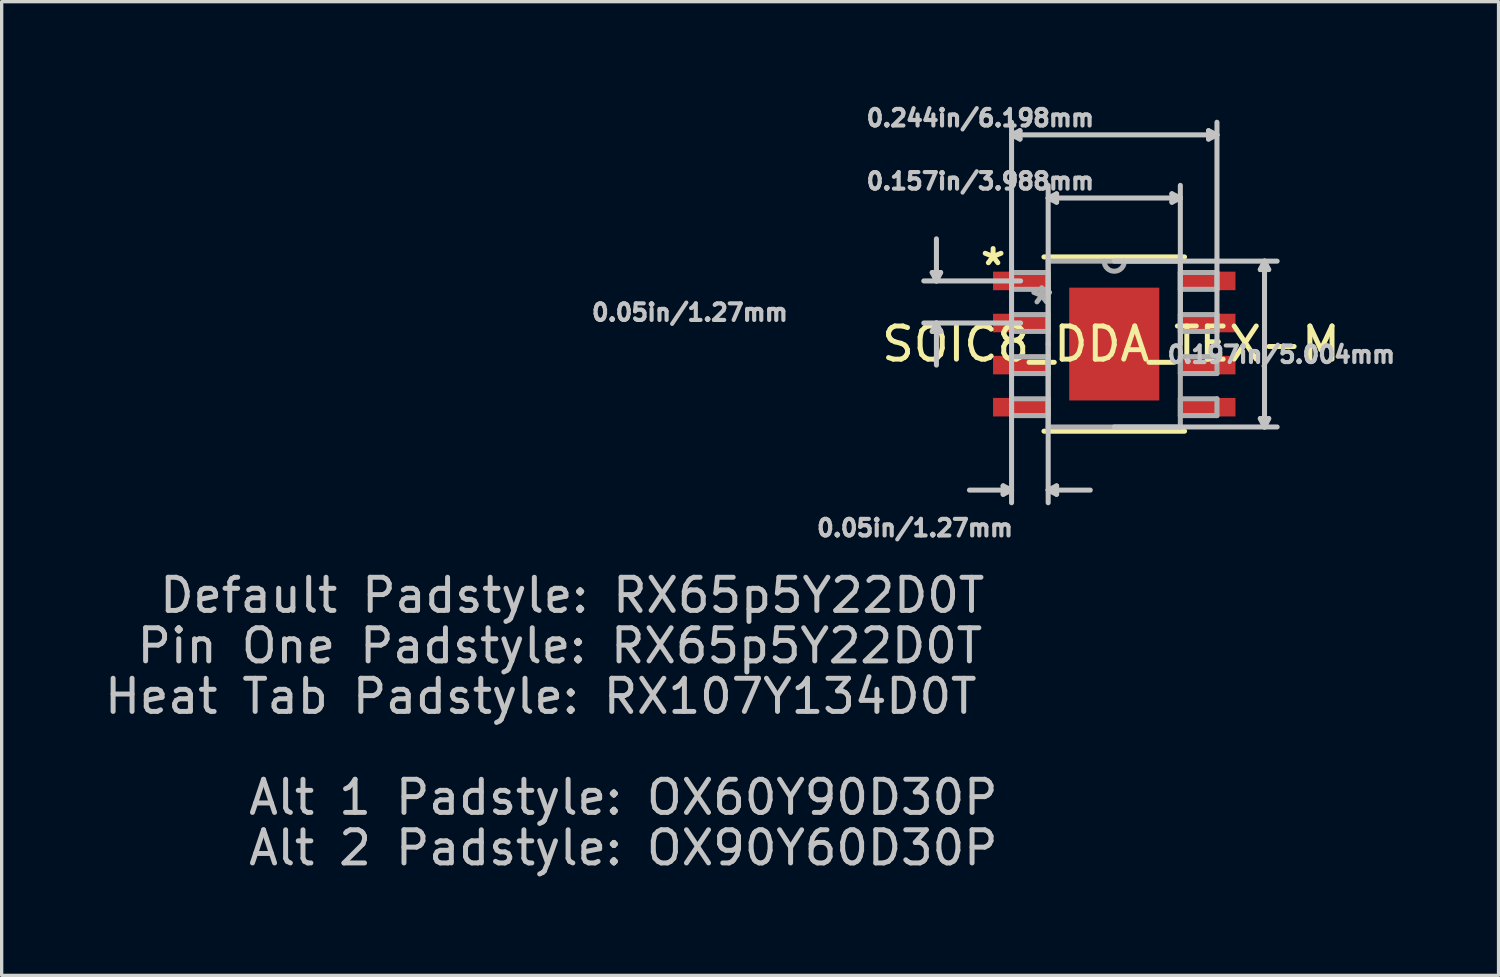
<source format=kicad_pcb>
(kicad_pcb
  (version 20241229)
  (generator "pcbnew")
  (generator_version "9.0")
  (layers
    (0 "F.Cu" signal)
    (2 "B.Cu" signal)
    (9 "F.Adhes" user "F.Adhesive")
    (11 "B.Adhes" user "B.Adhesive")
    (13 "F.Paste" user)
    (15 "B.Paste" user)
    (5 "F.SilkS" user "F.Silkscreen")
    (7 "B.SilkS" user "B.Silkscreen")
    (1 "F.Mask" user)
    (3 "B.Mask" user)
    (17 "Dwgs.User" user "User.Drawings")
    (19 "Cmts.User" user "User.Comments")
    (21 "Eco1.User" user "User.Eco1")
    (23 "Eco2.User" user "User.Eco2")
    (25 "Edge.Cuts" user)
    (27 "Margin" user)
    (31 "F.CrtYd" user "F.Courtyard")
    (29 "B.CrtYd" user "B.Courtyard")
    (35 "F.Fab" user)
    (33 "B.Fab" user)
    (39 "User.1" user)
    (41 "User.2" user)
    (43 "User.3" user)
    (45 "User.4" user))
  (footprint "SOIC8_DDA_TEX-M"
    (layer "F.Cu")
    (at 30.573 7.332)
    (property "Reference" "SOIC8_DDA_TEX-M" (at -0.096 0 0) (layer "F.SilkS") (effects (font (size 1 1) (thickness 0.15))))
    (attr smd)
    (fp_line (start -2.121 2.629) (end 2.121 2.629) (stroke (width 0.152) (type solid)) (layer "F.SilkS"))
    (fp_line (start 2.121 -2.629) (end -2.121 -2.629) (stroke (width 0.152) (type solid)) (layer "F.SilkS"))
    (fp_poly (pts (xy -1.259 -1.602) (xy -1.259 -0.1) (xy -0.1 -0.1) (xy -0.1 -1.602)) (stroke (width 0.025) (type solid)) (fill yes) (layer "F.Paste"))
    (fp_poly (pts (xy -1.259 0.1) (xy -1.259 1.602) (xy -0.1 1.602) (xy -0.1 0.1)) (stroke (width 0.025) (type solid)) (fill yes) (layer "F.Paste"))
    (fp_poly (pts (xy 0.1 -1.602) (xy 0.1 -0.1) (xy 1.259 -0.1) (xy 1.259 -1.602)) (stroke (width 0.025) (type solid)) (fill yes) (layer "F.Paste"))
    (fp_poly (pts (xy 0.1 0.1) (xy 0.1 1.602) (xy 1.259 1.602) (xy 1.259 0.1)) (stroke (width 0.025) (type solid)) (fill yes) (layer "F.Paste"))
    (fp_line (start -5.493 -2.159) (end -5.239 -2.159) (stroke (width 0.152) (type solid)) (layer "Dwgs.User"))
    (fp_line (start -5.493 -0.381) (end -5.239 -0.381) (stroke (width 0.152) (type solid)) (layer "Dwgs.User"))
    (fp_line (start -5.366 -1.905) (end -5.493 -2.159) (stroke (width 0.152) (type solid)) (layer "Dwgs.User"))
    (fp_line (start -5.366 -1.905) (end -5.366 -3.175) (stroke (width 0.152) (type solid)) (layer "Dwgs.User"))
    (fp_line (start -5.366 -1.905) (end -5.239 -2.159) (stroke (width 0.152) (type solid)) (layer "Dwgs.User"))
    (fp_line (start -5.366 -0.635) (end -5.493 -0.381) (stroke (width 0.152) (type solid)) (layer "Dwgs.User"))
    (fp_line (start -5.366 -0.635) (end -5.366 0.635) (stroke (width 0.152) (type solid)) (layer "Dwgs.User"))
    (fp_line (start -5.366 -0.635) (end -5.239 -0.381) (stroke (width 0.152) (type solid)) (layer "Dwgs.User"))
    (fp_line (start -3.353 4.28) (end -3.353 4.534) (stroke (width 0.152) (type solid)) (layer "Dwgs.User"))
    (fp_line (start -3.099 -6.312) (end -2.845 -6.439) (stroke (width 0.152) (type solid)) (layer "Dwgs.User"))
    (fp_line (start -3.099 -6.312) (end -2.845 -6.185) (stroke (width 0.152) (type solid)) (layer "Dwgs.User"))
    (fp_line (start -3.099 -6.312) (end 3.099 -6.312) (stroke (width 0.152) (type solid)) (layer "Dwgs.User"))
    (fp_line (start -3.099 0) (end -3.099 -6.693) (stroke (width 0.152) (type solid)) (layer "Dwgs.User"))
    (fp_line (start -3.099 0) (end -3.099 4.788) (stroke (width 0.152) (type solid)) (layer "Dwgs.User"))
    (fp_line (start -3.099 4.407) (end -4.369 4.407) (stroke (width 0.152) (type solid)) (layer "Dwgs.User"))
    (fp_line (start -3.099 4.407) (end -3.353 4.28) (stroke (width 0.152) (type solid)) (layer "Dwgs.User"))
    (fp_line (start -3.099 4.407) (end -3.353 4.534) (stroke (width 0.152) (type solid)) (layer "Dwgs.User"))
    (fp_line (start -2.845 -6.439) (end -2.845 -6.185) (stroke (width 0.152) (type solid)) (layer "Dwgs.User"))
    (fp_line (start -2.826 -1.905) (end -5.747 -1.905) (stroke (width 0.152) (type solid)) (layer "Dwgs.User"))
    (fp_line (start -2.826 -0.635) (end -5.747 -0.635) (stroke (width 0.152) (type solid)) (layer "Dwgs.User"))
    (fp_line (start -1.994 -4.407) (end -1.74 -4.534) (stroke (width 0.152) (type solid)) (layer "Dwgs.User"))
    (fp_line (start -1.994 -4.407) (end -1.74 -4.28) (stroke (width 0.152) (type solid)) (layer "Dwgs.User"))
    (fp_line (start -1.994 -4.407) (end 1.994 -4.407) (stroke (width 0.152) (type solid)) (layer "Dwgs.User"))
    (fp_line (start -1.994 0) (end -1.994 -4.788) (stroke (width 0.152) (type solid)) (layer "Dwgs.User"))
    (fp_line (start -1.994 0) (end -1.994 4.788) (stroke (width 0.152) (type solid)) (layer "Dwgs.User"))
    (fp_line (start -1.994 4.407) (end -1.74 4.28) (stroke (width 0.152) (type solid)) (layer "Dwgs.User"))
    (fp_line (start -1.994 4.407) (end -1.74 4.534) (stroke (width 0.152) (type solid)) (layer "Dwgs.User"))
    (fp_line (start -1.994 4.407) (end -0.724 4.407) (stroke (width 0.152) (type solid)) (layer "Dwgs.User"))
    (fp_line (start -1.74 -4.534) (end -1.74 -4.28) (stroke (width 0.152) (type solid)) (layer "Dwgs.User"))
    (fp_line (start -1.74 4.28) (end -1.74 4.534) (stroke (width 0.152) (type solid)) (layer "Dwgs.User"))
    (fp_line (start 0 -2.502) (end 4.915 -2.502) (stroke (width 0.152) (type solid)) (layer "Dwgs.User"))
    (fp_line (start 0 2.502) (end 4.915 2.502) (stroke (width 0.152) (type solid)) (layer "Dwgs.User"))
    (fp_line (start 1.74 -4.534) (end 1.74 -4.28) (stroke (width 0.152) (type solid)) (layer "Dwgs.User"))
    (fp_line (start 1.994 -4.407) (end 1.74 -4.534) (stroke (width 0.152) (type solid)) (layer "Dwgs.User"))
    (fp_line (start 1.994 -4.407) (end 1.74 -4.28) (stroke (width 0.152) (type solid)) (layer "Dwgs.User"))
    (fp_line (start 1.994 0) (end 1.994 -4.788) (stroke (width 0.152) (type solid)) (layer "Dwgs.User"))
    (fp_line (start 2.845 -6.439) (end 2.845 -6.185) (stroke (width 0.152) (type solid)) (layer "Dwgs.User"))
    (fp_line (start 3.099 -6.312) (end 2.845 -6.439) (stroke (width 0.152) (type solid)) (layer "Dwgs.User"))
    (fp_line (start 3.099 -6.312) (end 2.845 -6.185) (stroke (width 0.152) (type solid)) (layer "Dwgs.User"))
    (fp_line (start 3.099 0) (end 3.099 -6.693) (stroke (width 0.152) (type solid)) (layer "Dwgs.User"))
    (fp_line (start 4.407 -2.248) (end 4.661 -2.248) (stroke (width 0.152) (type solid)) (layer "Dwgs.User"))
    (fp_line (start 4.407 2.248) (end 4.661 2.248) (stroke (width 0.152) (type solid)) (layer "Dwgs.User"))
    (fp_line (start 4.534 -2.502) (end 4.407 -2.248) (stroke (width 0.152) (type solid)) (layer "Dwgs.User"))
    (fp_line (start 4.534 -2.502) (end 4.534 2.502) (stroke (width 0.152) (type solid)) (layer "Dwgs.User"))
    (fp_line (start 4.534 -2.502) (end 4.661 -2.248) (stroke (width 0.152) (type solid)) (layer "Dwgs.User"))
    (fp_line (start 4.534 2.502) (end 4.407 2.248) (stroke (width 0.152) (type solid)) (layer "Dwgs.User"))
    (fp_line (start 4.534 2.502) (end 4.661 2.248) (stroke (width 0.152) (type solid)) (layer "Dwgs.User"))
    (fp_line (start -3.099 -2.159) (end -3.099 -1.651) (stroke (width 0.152) (type solid)) (layer "F.Fab"))
    (fp_line (start -3.099 -1.651) (end -1.994 -1.651) (stroke (width 0.152) (type solid)) (layer "F.Fab"))
    (fp_line (start -3.099 -0.889) (end -3.099 -0.381) (stroke (width 0.152) (type solid)) (layer "F.Fab"))
    (fp_line (start -3.099 -0.381) (end -1.994 -0.381) (stroke (width 0.152) (type solid)) (layer "F.Fab"))
    (fp_line (start -3.099 0.381) (end -3.099 0.889) (stroke (width 0.152) (type solid)) (layer "F.Fab"))
    (fp_line (start -3.099 0.889) (end -1.994 0.889) (stroke (width 0.152) (type solid)) (layer "F.Fab"))
    (fp_line (start -3.099 1.651) (end -3.099 2.159) (stroke (width 0.152) (type solid)) (layer "F.Fab"))
    (fp_line (start -3.099 2.159) (end -1.994 2.159) (stroke (width 0.152) (type solid)) (layer "F.Fab"))
    (fp_line (start -1.994 -2.502) (end -1.994 2.502) (stroke (width 0.152) (type solid)) (layer "F.Fab"))
    (fp_line (start -1.994 -2.159) (end -3.099 -2.159) (stroke (width 0.152) (type solid)) (layer "F.Fab"))
    (fp_line (start -1.994 -1.651) (end -1.994 -2.159) (stroke (width 0.152) (type solid)) (layer "F.Fab"))
    (fp_line (start -1.994 -0.889) (end -3.099 -0.889) (stroke (width 0.152) (type solid)) (layer "F.Fab"))
    (fp_line (start -1.994 -0.381) (end -1.994 -0.889) (stroke (width 0.152) (type solid)) (layer "F.Fab"))
    (fp_line (start -1.994 0.381) (end -3.099 0.381) (stroke (width 0.152) (type solid)) (layer "F.Fab"))
    (fp_line (start -1.994 0.889) (end -1.994 0.381) (stroke (width 0.152) (type solid)) (layer "F.Fab"))
    (fp_line (start -1.994 1.651) (end -3.099 1.651) (stroke (width 0.152) (type solid)) (layer "F.Fab"))
    (fp_line (start -1.994 2.159) (end -1.994 1.651) (stroke (width 0.152) (type solid)) (layer "F.Fab"))
    (fp_line (start -1.994 2.502) (end 1.994 2.502) (stroke (width 0.152) (type solid)) (layer "F.Fab"))
    (fp_line (start 1.994 -2.502) (end -1.994 -2.502) (stroke (width 0.152) (type solid)) (layer "F.Fab"))
    (fp_line (start 1.994 -2.159) (end 1.994 -1.651) (stroke (width 0.152) (type solid)) (layer "F.Fab"))
    (fp_line (start 1.994 -1.651) (end 3.099 -1.651) (stroke (width 0.152) (type solid)) (layer "F.Fab"))
    (fp_line (start 1.994 -0.889) (end 1.994 -0.381) (stroke (width 0.152) (type solid)) (layer "F.Fab"))
    (fp_line (start 1.994 -0.381) (end 3.099 -0.381) (stroke (width 0.152) (type solid)) (layer "F.Fab"))
    (fp_line (start 1.994 0.381) (end 1.994 0.889) (stroke (width 0.152) (type solid)) (layer "F.Fab"))
    (fp_line (start 1.994 0.889) (end 3.099 0.889) (stroke (width 0.152) (type solid)) (layer "F.Fab"))
    (fp_line (start 1.994 1.651) (end 1.994 2.159) (stroke (width 0.152) (type solid)) (layer "F.Fab"))
    (fp_line (start 1.994 2.159) (end 3.099 2.159) (stroke (width 0.152) (type solid)) (layer "F.Fab"))
    (fp_line (start 1.994 2.502) (end 1.994 -2.502) (stroke (width 0.152) (type solid)) (layer "F.Fab"))
    (fp_line (start 3.099 -2.159) (end 1.994 -2.159) (stroke (width 0.152) (type solid)) (layer "F.Fab"))
    (fp_line (start 3.099 -1.651) (end 3.099 -2.159) (stroke (width 0.152) (type solid)) (layer "F.Fab"))
    (fp_line (start 3.099 -0.889) (end 1.994 -0.889) (stroke (width 0.152) (type solid)) (layer "F.Fab"))
    (fp_line (start 3.099 -0.381) (end 3.099 -0.889) (stroke (width 0.152) (type solid)) (layer "F.Fab"))
    (fp_line (start 3.099 0.381) (end 1.994 0.381) (stroke (width 0.152) (type solid)) (layer "F.Fab"))
    (fp_line (start 3.099 0.889) (end 3.099 0.381) (stroke (width 0.152) (type solid)) (layer "F.Fab"))
    (fp_line (start 3.099 1.651) (end 1.994 1.651) (stroke (width 0.152) (type solid)) (layer "F.Fab"))
    (fp_line (start 3.099 2.159) (end 3.099 1.651) (stroke (width 0.152) (type solid)) (layer "F.Fab"))
    (fp_arc (start 0.3048 -2.5019) (mid 0 -2.1971) (end -0.3048 -2.5019) (stroke (width 0.1524) (type solid)) (layer "F.Fab"))
    (fp_text user "*" (at -3.656 -2.337 0) (layer "F.SilkS") (effects (font (size 1 1) (thickness 0.15))))
    (fp_text user "Pin One Padstyle: RX65p5Y22D0T" (at -16.729 9.106 0) (layer "Dwgs.User") (effects (font (size 1 1) (thickness 0.15))))
    (fp_text user "0.05in/1.27mm" (at -12.806 -0.953 0) (layer "Dwgs.User") (effects (font (size 0.5 0.5) (thickness 0.15))))
    (fp_text user "0.244in/6.198mm" (at -4.042 -6.82 0) (layer "Dwgs.User") (effects (font (size 0.5 0.5) (thickness 0.15))))
    (fp_text user "Alt 2 Padstyle: OX90Y60D30P" (at -14.814 15.202 0) (layer "Dwgs.User") (effects (font (size 1 1) (thickness 0.15))))
    (fp_text user "0.05in/1.27mm" (at -6.013 5.55 0) (layer "Dwgs.User") (effects (font (size 0.5 0.5) (thickness 0.15))))
    (fp_text user "Default Padstyle: RX65p5Y22D0T" (at -16.356 7.582 0) (layer "Dwgs.User") (effects (font (size 1 1) (thickness 0.15))))
    (fp_text user "0.197in/5.004mm" (at 5.042 0.318 0) (layer "Dwgs.User") (effects (font (size 0.5 0.5) (thickness 0.15))))
    (fp_text user "0.157in/3.988mm" (at -4.042 -4.915 0) (layer "Dwgs.User") (effects (font (size 0.5 0.5) (thickness 0.15))))
    (fp_text user "Alt 1 Padstyle: OX60Y90D30P" (at -14.814 13.678 0) (layer "Dwgs.User") (effects (font (size 1 1) (thickness 0.15))))
    (fp_text user "Heat Tab Padstyle: RX107Y134D0T" (at -17.305 10.63 0) (layer "Dwgs.User") (effects (font (size 1 1) (thickness 0.15))))
    (fp_text user "*" (at -2.189 -1.156 0) (layer "F.Fab") (effects (font (size 1 1) (thickness 0.15))))
    (pad "1" smd rect (at -2.826 -1.905) (size 1.664 0.559) (layers "F.Cu" "F.Mask" "F.Paste"))
    (pad "2" smd rect (at -2.826 -0.635) (size 1.664 0.559) (layers "F.Cu" "F.Mask" "F.Paste"))
    (pad "3" smd rect (at -2.826 0.635) (size 1.664 0.559) (layers "F.Cu" "F.Mask" "F.Paste"))
    (pad "4" smd rect (at -2.826 1.905) (size 1.664 0.559) (layers "F.Cu" "F.Mask" "F.Paste"))
    (pad "5" smd rect (at 2.826 1.905) (size 1.664 0.559) (layers "F.Cu" "F.Mask" "F.Paste"))
    (pad "6" smd rect (at 2.826 0.635) (size 1.664 0.559) (layers "F.Cu" "F.Mask" "F.Paste"))
    (pad "7" smd rect (at 2.826 -0.635) (size 1.664 0.559) (layers "F.Cu" "F.Mask" "F.Paste"))
    (pad "8" smd rect (at 2.826 -1.905) (size 1.664 0.559) (layers "F.Cu" "F.Mask" "F.Paste"))
    (pad "EPAD" smd rect (at 0 0) (size 2.718 3.404) (layers "F.Cu" "F.Mask")))
  (gr_rect
    (start -3 -3)
    (end 42.169 26.382)
    (stroke (width 0.1) (type default))
    (fill no)
    (layer "Edge.Cuts")))
</source>
